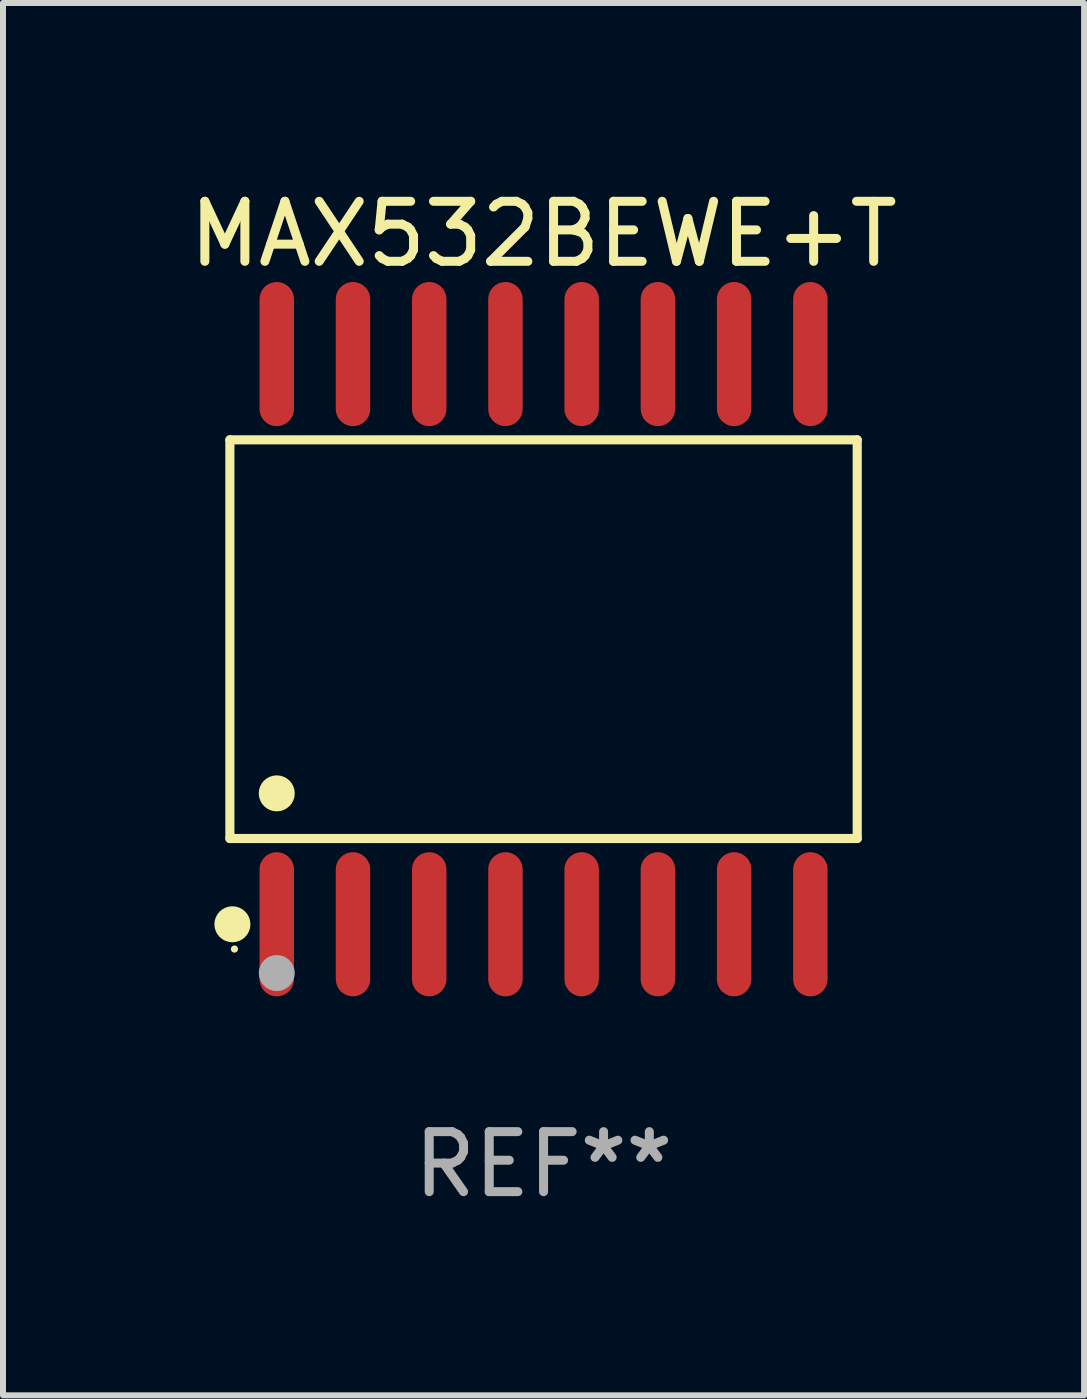
<source format=kicad_pcb>
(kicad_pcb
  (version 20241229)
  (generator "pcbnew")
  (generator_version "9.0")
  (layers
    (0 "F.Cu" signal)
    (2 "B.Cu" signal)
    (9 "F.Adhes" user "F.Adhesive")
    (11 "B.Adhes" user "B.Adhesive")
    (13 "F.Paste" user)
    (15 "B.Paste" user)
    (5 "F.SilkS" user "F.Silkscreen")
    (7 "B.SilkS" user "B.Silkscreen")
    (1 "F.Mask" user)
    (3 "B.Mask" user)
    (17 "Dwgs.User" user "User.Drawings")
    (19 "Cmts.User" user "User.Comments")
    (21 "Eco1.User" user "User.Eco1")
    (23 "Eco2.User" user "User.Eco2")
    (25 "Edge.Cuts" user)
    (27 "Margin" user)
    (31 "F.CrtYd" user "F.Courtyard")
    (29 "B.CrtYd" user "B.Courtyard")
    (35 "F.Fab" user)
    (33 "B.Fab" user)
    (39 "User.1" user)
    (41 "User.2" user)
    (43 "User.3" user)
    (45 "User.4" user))
  (footprint "MAX532BEWE+T"
    (layer "F.Cu")
    (at 6.006 7.599)
    (property "Reference" "MAX532BEWE+T" (at 0 -6.75 0) (layer "F.SilkS") (effects (font (size 1 1) (thickness 0.15))))
    (attr through_hole)
    (fp_line (start -5.226 -3.321) (end 5.226 -3.321) (stroke (width 0.152) (type solid)) (layer "F.SilkS"))
    (fp_line (start -5.226 3.321) (end -5.226 -3.321) (stroke (width 0.152) (type solid)) (layer "F.SilkS"))
    (fp_line (start 5.226 -3.321) (end 5.226 3.321) (stroke (width 0.152) (type solid)) (layer "F.SilkS"))
    (fp_line (start 5.226 3.321) (end -5.226 3.321) (stroke (width 0.152) (type solid)) (layer "F.SilkS"))
    (fp_circle (center -5.184 4.75) (end -5.034 4.75) (stroke (width 0.3) (type solid)) (fill no) (layer "F.SilkS"))
    (fp_circle (center -5.15 5.163) (end -5.12 5.163) (stroke (width 0.06) (type solid)) (fill no) (layer "F.SilkS"))
    (fp_circle (center -4.445 2.569) (end -4.295 2.569) (stroke (width 0.3) (type solid)) (fill no) (layer "F.SilkS"))
    (fp_circle (center -4.445 5.563) (end -4.295 5.563) (stroke (width 0.3) (type solid)) (fill no) (layer "F.Fab"))
    (fp_text user "REF**" (at 0 8.75 0) (layer "F.Fab") (effects (font (size 1 1) (thickness 0.15))))
    (pad "1" smd oval (at -4.445 4.75) (size 0.574 2.401) (layers "F.Cu" "F.Mask" "F.Paste"))
    (pad "2" smd oval (at -3.175 4.75) (size 0.574 2.401) (layers "F.Cu" "F.Mask" "F.Paste"))
    (pad "3" smd oval (at -1.905 4.75) (size 0.574 2.401) (layers "F.Cu" "F.Mask" "F.Paste"))
    (pad "4" smd oval (at -0.635 4.75) (size 0.574 2.401) (layers "F.Cu" "F.Mask" "F.Paste"))
    (pad "5" smd oval (at 0.635 4.75) (size 0.574 2.401) (layers "F.Cu" "F.Mask" "F.Paste"))
    (pad "6" smd oval (at 1.905 4.75) (size 0.574 2.401) (layers "F.Cu" "F.Mask" "F.Paste"))
    (pad "7" smd oval (at 3.175 4.75) (size 0.574 2.401) (layers "F.Cu" "F.Mask" "F.Paste"))
    (pad "8" smd oval (at 4.445 4.75) (size 0.574 2.401) (layers "F.Cu" "F.Mask" "F.Paste"))
    (pad "9" smd oval (at 4.445 -4.75) (size 0.574 2.401) (layers "F.Cu" "F.Mask" "F.Paste"))
    (pad "10" smd oval (at 3.175 -4.75) (size 0.574 2.401) (layers "F.Cu" "F.Mask" "F.Paste"))
    (pad "11" smd oval (at 1.905 -4.75) (size 0.574 2.401) (layers "F.Cu" "F.Mask" "F.Paste"))
    (pad "12" smd oval (at 0.635 -4.75) (size 0.574 2.401) (layers "F.Cu" "F.Mask" "F.Paste"))
    (pad "13" smd oval (at -0.635 -4.75) (size 0.574 2.401) (layers "F.Cu" "F.Mask" "F.Paste"))
    (pad "14" smd oval (at -1.905 -4.75) (size 0.574 2.401) (layers "F.Cu" "F.Mask" "F.Paste"))
    (pad "15" smd oval (at -3.175 -4.75) (size 0.574 2.401) (layers "F.Cu" "F.Mask" "F.Paste"))
    (pad "16" smd oval (at -4.445 -4.75) (size 0.574 2.401) (layers "F.Cu" "F.Mask" "F.Paste")))
  (gr_rect
    (start -3 -3)
    (end 15.012 20.197)
    (stroke (width 0.1) (type default))
    (fill no)
    (layer "Edge.Cuts")))
</source>
